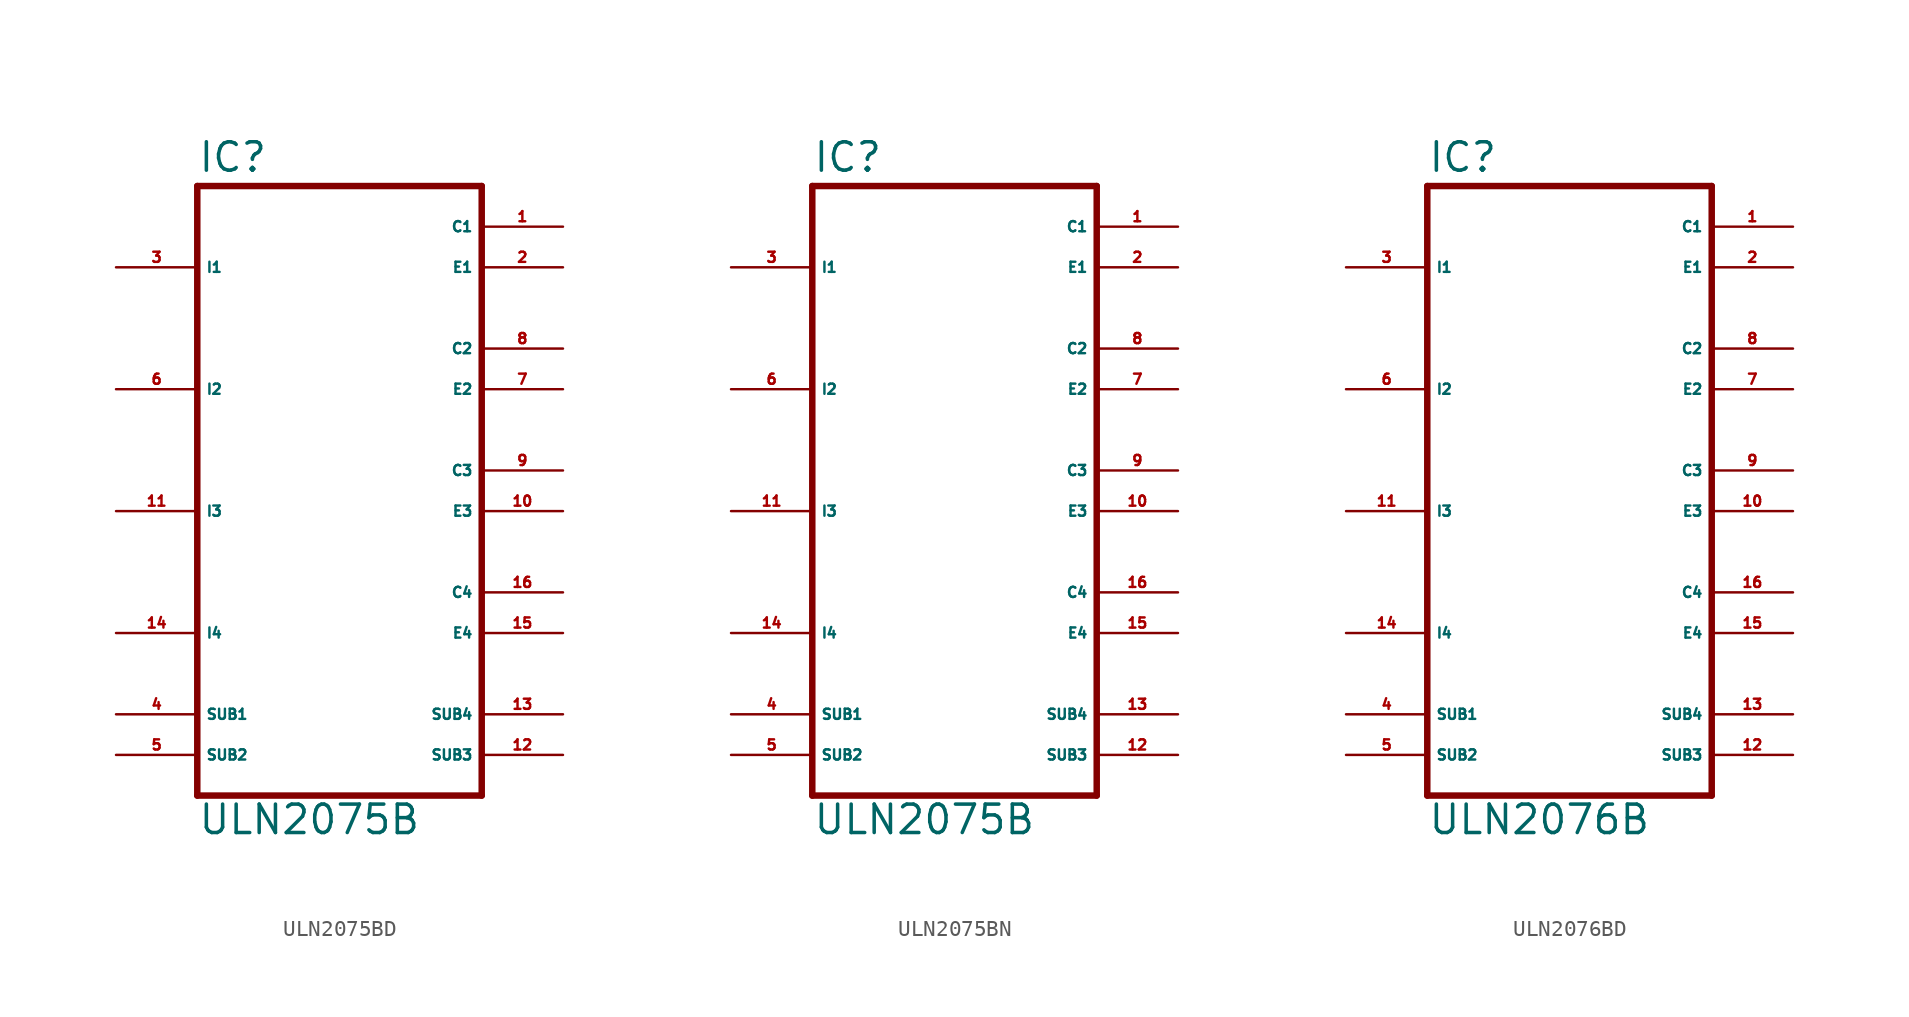
<source format=kicad_sym>
(kicad_symbol_lib
  (version 20220914)
  (generator Eagle2Kicad)
  (symbol "ULN2075BD"
    (property "Reference" "IC"
      (at -7.62 18.542 0)
      (effects (font (size 1.778 1.778) (thickness 0.22)) (justify left bottom)))
    (property "Value" "ULN2075B"
      (at -7.62 -22.86 0)
      (effects (font (size 1.778 1.778) (thickness 0.22)) (justify left bottom)))
    (polyline
      (pts (xy -7.62 17.78) (xy 10.16 17.78))
      (stroke (width 0.406) (type default))
      (fill (type none)))
    (polyline
      (pts (xy 10.16 -20.32) (xy 10.16 17.78))
      (stroke (width 0.406) (type default))
      (fill (type none)))
    (polyline
      (pts (xy 10.16 -20.32) (xy -7.62 -20.32))
      (stroke (width 0.406) (type default))
      (fill (type none)))
    (polyline
      (pts (xy -7.62 17.78) (xy -7.62 -20.32))
      (stroke (width 0.406) (type default))
      (fill (type none)))
    (pin input line
      (at -12.7 12.7 0)
      (length 5.08)
      (name "I1" (effects (font (size 0.635 0.635) (thickness 0.08)) (justify left bottom)))
      (number "3" (effects (font (size 0.635 0.635) (thickness 0.08)) (justify left bottom))))
    (pin input line
      (at -12.7 5.08 0)
      (length 5.08)
      (name "I2" (effects (font (size 0.635 0.635) (thickness 0.08)) (justify left bottom)))
      (number "6" (effects (font (size 0.635 0.635) (thickness 0.08)) (justify left bottom))))
    (pin input line
      (at -12.7 -2.54 0)
      (length 5.08)
      (name "I3" (effects (font (size 0.635 0.635) (thickness 0.08)) (justify left bottom)))
      (number "11" (effects (font (size 0.635 0.635) (thickness 0.08)) (justify left bottom))))
    (pin input line
      (at -12.7 -10.16 0)
      (length 5.08)
      (name "I4" (effects (font (size 0.635 0.635) (thickness 0.08)) (justify left bottom)))
      (number "14" (effects (font (size 0.635 0.635) (thickness 0.08)) (justify left bottom))))
    (pin open_collector line
      (at 15.24 15.24 180)
      (length 5.08)
      (name "C1" (effects (font (size 0.635 0.635) (thickness 0.08)) (justify left bottom)))
      (number "1" (effects (font (size 0.635 0.635) (thickness 0.08)) (justify left bottom))))
    (pin open_collector line
      (at 15.24 5.08 180)
      (length 5.08)
      (name "E2" (effects (font (size 0.635 0.635) (thickness 0.08)) (justify left bottom)))
      (number "7" (effects (font (size 0.635 0.635) (thickness 0.08)) (justify left bottom))))
    (pin open_collector line
      (at 15.24 -2.54 180)
      (length 5.08)
      (name "E3" (effects (font (size 0.635 0.635) (thickness 0.08)) (justify left bottom)))
      (number "10" (effects (font (size 0.635 0.635) (thickness 0.08)) (justify left bottom))))
    (pin open_collector line
      (at 15.24 -10.16 180)
      (length 5.08)
      (name "E4" (effects (font (size 0.635 0.635) (thickness 0.08)) (justify left bottom)))
      (number "15" (effects (font (size 0.635 0.635) (thickness 0.08)) (justify left bottom))))
    (pin passive line
      (at -12.7 -17.78 0)
      (length 5.08)
      (name "SUB2" (effects (font (size 0.635 0.635) (thickness 0.08)) (justify left bottom)))
      (number "5" (effects (font (size 0.635 0.635) (thickness 0.08)) (justify left bottom))))
    (pin passive line
      (at 15.24 -15.24 180)
      (length 5.08)
      (name "SUB4" (effects (font (size 0.635 0.635) (thickness 0.08)) (justify left bottom)))
      (number "13" (effects (font (size 0.635 0.635) (thickness 0.08)) (justify left bottom))))
    (pin passive line
      (at -12.7 -15.24 0)
      (length 5.08)
      (name "SUB1" (effects (font (size 0.635 0.635) (thickness 0.08)) (justify left bottom)))
      (number "4" (effects (font (size 0.635 0.635) (thickness 0.08)) (justify left bottom))))
    (pin passive line
      (at 15.24 -17.78 180)
      (length 5.08)
      (name "SUB3" (effects (font (size 0.635 0.635) (thickness 0.08)) (justify left bottom)))
      (number "12" (effects (font (size 0.635 0.635) (thickness 0.08)) (justify left bottom))))
    (pin open_collector line
      (at 15.24 12.7 180)
      (length 5.08)
      (name "E1" (effects (font (size 0.635 0.635) (thickness 0.08)) (justify left bottom)))
      (number "2" (effects (font (size 0.635 0.635) (thickness 0.08)) (justify left bottom))))
    (pin open_collector line
      (at 15.24 7.62 180)
      (length 5.08)
      (name "C2" (effects (font (size 0.635 0.635) (thickness 0.08)) (justify left bottom)))
      (number "8" (effects (font (size 0.635 0.635) (thickness 0.08)) (justify left bottom))))
    (pin open_collector line
      (at 15.24 0 180)
      (length 5.08)
      (name "C3" (effects (font (size 0.635 0.635) (thickness 0.08)) (justify left bottom)))
      (number "9" (effects (font (size 0.635 0.635) (thickness 0.08)) (justify left bottom))))
    (pin open_collector line
      (at 15.24 -7.62 180)
      (length 5.08)
      (name "C4" (effects (font (size 0.635 0.635) (thickness 0.08)) (justify left bottom)))
      (number "16" (effects (font (size 0.635 0.635) (thickness 0.08)) (justify left bottom)))))
  (symbol "ULN2075BN"
    (property "Reference" "IC"
      (at -7.62 18.542 0)
      (effects (font (size 1.778 1.778) (thickness 0.22)) (justify left bottom)))
    (property "Value" "ULN2075B"
      (at -7.62 -22.86 0)
      (effects (font (size 1.778 1.778) (thickness 0.22)) (justify left bottom)))
    (polyline
      (pts (xy -7.62 17.78) (xy 10.16 17.78))
      (stroke (width 0.406) (type default))
      (fill (type none)))
    (polyline
      (pts (xy 10.16 -20.32) (xy 10.16 17.78))
      (stroke (width 0.406) (type default))
      (fill (type none)))
    (polyline
      (pts (xy 10.16 -20.32) (xy -7.62 -20.32))
      (stroke (width 0.406) (type default))
      (fill (type none)))
    (polyline
      (pts (xy -7.62 17.78) (xy -7.62 -20.32))
      (stroke (width 0.406) (type default))
      (fill (type none)))
    (pin input line
      (at -12.7 12.7 0)
      (length 5.08)
      (name "I1" (effects (font (size 0.635 0.635) (thickness 0.08)) (justify left bottom)))
      (number "3" (effects (font (size 0.635 0.635) (thickness 0.08)) (justify left bottom))))
    (pin input line
      (at -12.7 5.08 0)
      (length 5.08)
      (name "I2" (effects (font (size 0.635 0.635) (thickness 0.08)) (justify left bottom)))
      (number "6" (effects (font (size 0.635 0.635) (thickness 0.08)) (justify left bottom))))
    (pin input line
      (at -12.7 -2.54 0)
      (length 5.08)
      (name "I3" (effects (font (size 0.635 0.635) (thickness 0.08)) (justify left bottom)))
      (number "11" (effects (font (size 0.635 0.635) (thickness 0.08)) (justify left bottom))))
    (pin input line
      (at -12.7 -10.16 0)
      (length 5.08)
      (name "I4" (effects (font (size 0.635 0.635) (thickness 0.08)) (justify left bottom)))
      (number "14" (effects (font (size 0.635 0.635) (thickness 0.08)) (justify left bottom))))
    (pin open_collector line
      (at 15.24 15.24 180)
      (length 5.08)
      (name "C1" (effects (font (size 0.635 0.635) (thickness 0.08)) (justify left bottom)))
      (number "1" (effects (font (size 0.635 0.635) (thickness 0.08)) (justify left bottom))))
    (pin open_collector line
      (at 15.24 5.08 180)
      (length 5.08)
      (name "E2" (effects (font (size 0.635 0.635) (thickness 0.08)) (justify left bottom)))
      (number "7" (effects (font (size 0.635 0.635) (thickness 0.08)) (justify left bottom))))
    (pin open_collector line
      (at 15.24 -2.54 180)
      (length 5.08)
      (name "E3" (effects (font (size 0.635 0.635) (thickness 0.08)) (justify left bottom)))
      (number "10" (effects (font (size 0.635 0.635) (thickness 0.08)) (justify left bottom))))
    (pin open_collector line
      (at 15.24 -10.16 180)
      (length 5.08)
      (name "E4" (effects (font (size 0.635 0.635) (thickness 0.08)) (justify left bottom)))
      (number "15" (effects (font (size 0.635 0.635) (thickness 0.08)) (justify left bottom))))
    (pin passive line
      (at -12.7 -17.78 0)
      (length 5.08)
      (name "SUB2" (effects (font (size 0.635 0.635) (thickness 0.08)) (justify left bottom)))
      (number "5" (effects (font (size 0.635 0.635) (thickness 0.08)) (justify left bottom))))
    (pin passive line
      (at 15.24 -15.24 180)
      (length 5.08)
      (name "SUB4" (effects (font (size 0.635 0.635) (thickness 0.08)) (justify left bottom)))
      (number "13" (effects (font (size 0.635 0.635) (thickness 0.08)) (justify left bottom))))
    (pin passive line
      (at -12.7 -15.24 0)
      (length 5.08)
      (name "SUB1" (effects (font (size 0.635 0.635) (thickness 0.08)) (justify left bottom)))
      (number "4" (effects (font (size 0.635 0.635) (thickness 0.08)) (justify left bottom))))
    (pin passive line
      (at 15.24 -17.78 180)
      (length 5.08)
      (name "SUB3" (effects (font (size 0.635 0.635) (thickness 0.08)) (justify left bottom)))
      (number "12" (effects (font (size 0.635 0.635) (thickness 0.08)) (justify left bottom))))
    (pin open_collector line
      (at 15.24 12.7 180)
      (length 5.08)
      (name "E1" (effects (font (size 0.635 0.635) (thickness 0.08)) (justify left bottom)))
      (number "2" (effects (font (size 0.635 0.635) (thickness 0.08)) (justify left bottom))))
    (pin open_collector line
      (at 15.24 7.62 180)
      (length 5.08)
      (name "C2" (effects (font (size 0.635 0.635) (thickness 0.08)) (justify left bottom)))
      (number "8" (effects (font (size 0.635 0.635) (thickness 0.08)) (justify left bottom))))
    (pin open_collector line
      (at 15.24 0 180)
      (length 5.08)
      (name "C3" (effects (font (size 0.635 0.635) (thickness 0.08)) (justify left bottom)))
      (number "9" (effects (font (size 0.635 0.635) (thickness 0.08)) (justify left bottom))))
    (pin open_collector line
      (at 15.24 -7.62 180)
      (length 5.08)
      (name "C4" (effects (font (size 0.635 0.635) (thickness 0.08)) (justify left bottom)))
      (number "16" (effects (font (size 0.635 0.635) (thickness 0.08)) (justify left bottom)))))
  (symbol "ULN2076BD"
    (property "Reference" "IC"
      (at -7.62 18.542 0)
      (effects (font (size 1.778 1.778) (thickness 0.22)) (justify left bottom)))
    (property "Value" "ULN2076B"
      (at -7.62 -22.86 0)
      (effects (font (size 1.778 1.778) (thickness 0.22)) (justify left bottom)))
    (polyline
      (pts (xy -7.62 17.78) (xy 10.16 17.78))
      (stroke (width 0.406) (type default))
      (fill (type none)))
    (polyline
      (pts (xy 10.16 -20.32) (xy 10.16 17.78))
      (stroke (width 0.406) (type default))
      (fill (type none)))
    (polyline
      (pts (xy 10.16 -20.32) (xy -7.62 -20.32))
      (stroke (width 0.406) (type default))
      (fill (type none)))
    (polyline
      (pts (xy -7.62 17.78) (xy -7.62 -20.32))
      (stroke (width 0.406) (type default))
      (fill (type none)))
    (pin input line
      (at -12.7 12.7 0)
      (length 5.08)
      (name "I1" (effects (font (size 0.635 0.635) (thickness 0.08)) (justify left bottom)))
      (number "3" (effects (font (size 0.635 0.635) (thickness 0.08)) (justify left bottom))))
    (pin input line
      (at -12.7 5.08 0)
      (length 5.08)
      (name "I2" (effects (font (size 0.635 0.635) (thickness 0.08)) (justify left bottom)))
      (number "6" (effects (font (size 0.635 0.635) (thickness 0.08)) (justify left bottom))))
    (pin input line
      (at -12.7 -2.54 0)
      (length 5.08)
      (name "I3" (effects (font (size 0.635 0.635) (thickness 0.08)) (justify left bottom)))
      (number "11" (effects (font (size 0.635 0.635) (thickness 0.08)) (justify left bottom))))
    (pin input line
      (at -12.7 -10.16 0)
      (length 5.08)
      (name "I4" (effects (font (size 0.635 0.635) (thickness 0.08)) (justify left bottom)))
      (number "14" (effects (font (size 0.635 0.635) (thickness 0.08)) (justify left bottom))))
    (pin open_collector line
      (at 15.24 15.24 180)
      (length 5.08)
      (name "C1" (effects (font (size 0.635 0.635) (thickness 0.08)) (justify left bottom)))
      (number "1" (effects (font (size 0.635 0.635) (thickness 0.08)) (justify left bottom))))
    (pin open_collector line
      (at 15.24 5.08 180)
      (length 5.08)
      (name "E2" (effects (font (size 0.635 0.635) (thickness 0.08)) (justify left bottom)))
      (number "7" (effects (font (size 0.635 0.635) (thickness 0.08)) (justify left bottom))))
    (pin open_collector line
      (at 15.24 -2.54 180)
      (length 5.08)
      (name "E3" (effects (font (size 0.635 0.635) (thickness 0.08)) (justify left bottom)))
      (number "10" (effects (font (size 0.635 0.635) (thickness 0.08)) (justify left bottom))))
    (pin open_collector line
      (at 15.24 -10.16 180)
      (length 5.08)
      (name "E4" (effects (font (size 0.635 0.635) (thickness 0.08)) (justify left bottom)))
      (number "15" (effects (font (size 0.635 0.635) (thickness 0.08)) (justify left bottom))))
    (pin passive line
      (at -12.7 -17.78 0)
      (length 5.08)
      (name "SUB2" (effects (font (size 0.635 0.635) (thickness 0.08)) (justify left bottom)))
      (number "5" (effects (font (size 0.635 0.635) (thickness 0.08)) (justify left bottom))))
    (pin passive line
      (at 15.24 -15.24 180)
      (length 5.08)
      (name "SUB4" (effects (font (size 0.635 0.635) (thickness 0.08)) (justify left bottom)))
      (number "13" (effects (font (size 0.635 0.635) (thickness 0.08)) (justify left bottom))))
    (pin passive line
      (at -12.7 -15.24 0)
      (length 5.08)
      (name "SUB1" (effects (font (size 0.635 0.635) (thickness 0.08)) (justify left bottom)))
      (number "4" (effects (font (size 0.635 0.635) (thickness 0.08)) (justify left bottom))))
    (pin passive line
      (at 15.24 -17.78 180)
      (length 5.08)
      (name "SUB3" (effects (font (size 0.635 0.635) (thickness 0.08)) (justify left bottom)))
      (number "12" (effects (font (size 0.635 0.635) (thickness 0.08)) (justify left bottom))))
    (pin open_collector line
      (at 15.24 12.7 180)
      (length 5.08)
      (name "E1" (effects (font (size 0.635 0.635) (thickness 0.08)) (justify left bottom)))
      (number "2" (effects (font (size 0.635 0.635) (thickness 0.08)) (justify left bottom))))
    (pin open_collector line
      (at 15.24 7.62 180)
      (length 5.08)
      (name "C2" (effects (font (size 0.635 0.635) (thickness 0.08)) (justify left bottom)))
      (number "8" (effects (font (size 0.635 0.635) (thickness 0.08)) (justify left bottom))))
    (pin open_collector line
      (at 15.24 0 180)
      (length 5.08)
      (name "C3" (effects (font (size 0.635 0.635) (thickness 0.08)) (justify left bottom)))
      (number "9" (effects (font (size 0.635 0.635) (thickness 0.08)) (justify left bottom))))
    (pin open_collector line
      (at 15.24 -7.62 180)
      (length 5.08)
      (name "C4" (effects (font (size 0.635 0.635) (thickness 0.08)) (justify left bottom)))
      (number "16" (effects (font (size 0.635 0.635) (thickness 0.08)) (justify left bottom))))))
</source>
